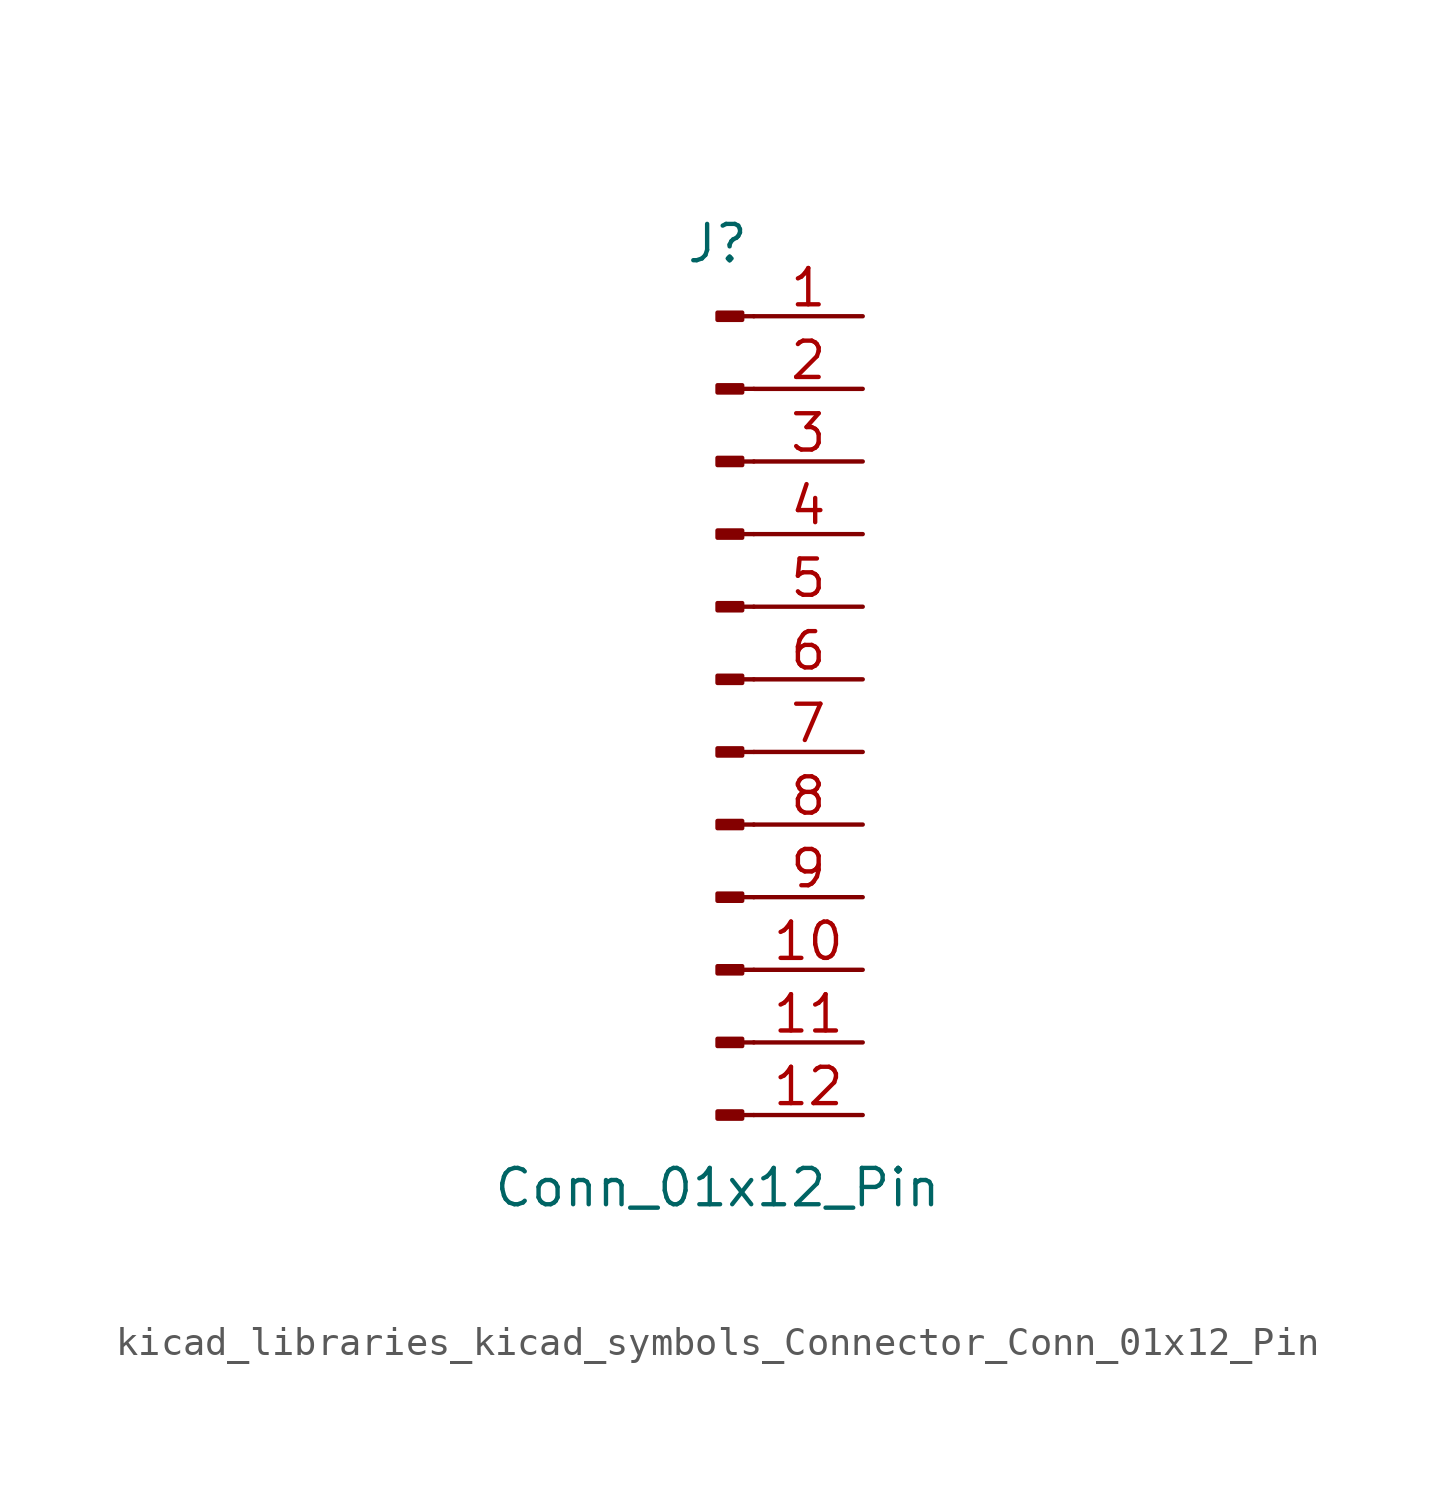
<source format=kicad_sym>
(kicad_symbol_lib
  (version 20220914)
  (generator kicad_symbol_editor)
  (symbol "kicad_libraries_kicad_symbols_Connector_Conn_01x12_Pin"
    (pin_names
      (offset 1.016) hide)
    (property "Reference" "J"
      (at 0 15.24 0)
      (effects (font (size 1.27 1.27))))
    (property "Value" "Conn_01x12_Pin"
      (at 0 -17.78 0)
      (effects (font (size 1.27 1.27))))
    (property "ki_locked" ""
      (at 0 0 0)
      (effects (font (size 1.27 1.27))))
    (symbol "kicad_libraries_kicad_symbols_Connector_Conn_01x12_Pin_1_1"
      (polyline (pts (xy 1.27 -15.24) (xy 0.864 -15.24)) (stroke (width 0.152) (type default)) (fill (type none)))
      (polyline (pts (xy 1.27 -12.7) (xy 0.864 -12.7)) (stroke (width 0.152) (type default)) (fill (type none)))
      (polyline (pts (xy 1.27 -10.16) (xy 0.864 -10.16)) (stroke (width 0.152) (type default)) (fill (type none)))
      (polyline (pts (xy 1.27 -7.62) (xy 0.864 -7.62)) (stroke (width 0.152) (type default)) (fill (type none)))
      (polyline (pts (xy 1.27 -5.08) (xy 0.864 -5.08)) (stroke (width 0.152) (type default)) (fill (type none)))
      (polyline (pts (xy 1.27 -2.54) (xy 0.864 -2.54)) (stroke (width 0.152) (type default)) (fill (type none)))
      (polyline (pts (xy 1.27 0) (xy 0.864 0)) (stroke (width 0.152) (type default)) (fill (type none)))
      (polyline (pts (xy 1.27 2.54) (xy 0.864 2.54)) (stroke (width 0.152) (type default)) (fill (type none)))
      (polyline (pts (xy 1.27 5.08) (xy 0.864 5.08)) (stroke (width 0.152) (type default)) (fill (type none)))
      (polyline (pts (xy 1.27 7.62) (xy 0.864 7.62)) (stroke (width 0.152) (type default)) (fill (type none)))
      (polyline (pts (xy 1.27 10.16) (xy 0.864 10.16)) (stroke (width 0.152) (type default)) (fill (type none)))
      (polyline (pts (xy 1.27 12.7) (xy 0.864 12.7)) (stroke (width 0.152) (type default)) (fill (type none)))
      (rectangle (start 0.864 -15.113) (end 0 -15.367) (stroke (width 0.152) (type default)) (fill (type outline)))
      (rectangle (start 0.864 -12.573) (end 0 -12.827) (stroke (width 0.152) (type default)) (fill (type outline)))
      (rectangle (start 0.864 -10.033) (end 0 -10.287) (stroke (width 0.152) (type default)) (fill (type outline)))
      (rectangle (start 0.864 -7.493) (end 0 -7.747) (stroke (width 0.152) (type default)) (fill (type outline)))
      (rectangle (start 0.864 -4.953) (end 0 -5.207) (stroke (width 0.152) (type default)) (fill (type outline)))
      (rectangle (start 0.864 -2.413) (end 0 -2.667) (stroke (width 0.152) (type default)) (fill (type outline)))
      (rectangle (start 0.864 0.127) (end 0 -0.127) (stroke (width 0.152) (type default)) (fill (type outline)))
      (rectangle (start 0.864 2.667) (end 0 2.413) (stroke (width 0.152) (type default)) (fill (type outline)))
      (rectangle (start 0.864 5.207) (end 0 4.953) (stroke (width 0.152) (type default)) (fill (type outline)))
      (rectangle (start 0.864 7.747) (end 0 7.493) (stroke (width 0.152) (type default)) (fill (type outline)))
      (rectangle (start 0.864 10.287) (end 0 10.033) (stroke (width 0.152) (type default)) (fill (type outline)))
      (rectangle (start 0.864 12.827) (end 0 12.573) (stroke (width 0.152) (type default)) (fill (type outline)))
      (pin passive line (at 5.08 12.7 180) (length 3.81) (name "Pin_1" (effects (font (size 1.27 1.27)))) (number "1" (effects (font (size 1.27 1.27)))))
      (pin passive line (at 5.08 -10.16 180) (length 3.81) (name "Pin_10" (effects (font (size 1.27 1.27)))) (number "10" (effects (font (size 1.27 1.27)))))
      (pin passive line (at 5.08 -12.7 180) (length 3.81) (name "Pin_11" (effects (font (size 1.27 1.27)))) (number "11" (effects (font (size 1.27 1.27)))))
      (pin passive line (at 5.08 -15.24 180) (length 3.81) (name "Pin_12" (effects (font (size 1.27 1.27)))) (number "12" (effects (font (size 1.27 1.27)))))
      (pin passive line (at 5.08 10.16 180) (length 3.81) (name "Pin_2" (effects (font (size 1.27 1.27)))) (number "2" (effects (font (size 1.27 1.27)))))
      (pin passive line (at 5.08 7.62 180) (length 3.81) (name "Pin_3" (effects (font (size 1.27 1.27)))) (number "3" (effects (font (size 1.27 1.27)))))
      (pin passive line (at 5.08 5.08 180) (length 3.81) (name "Pin_4" (effects (font (size 1.27 1.27)))) (number "4" (effects (font (size 1.27 1.27)))))
      (pin passive line (at 5.08 2.54 180) (length 3.81) (name "Pin_5" (effects (font (size 1.27 1.27)))) (number "5" (effects (font (size 1.27 1.27)))))
      (pin passive line (at 5.08 0 180) (length 3.81) (name "Pin_6" (effects (font (size 1.27 1.27)))) (number "6" (effects (font (size 1.27 1.27)))))
      (pin passive line (at 5.08 -2.54 180) (length 3.81) (name "Pin_7" (effects (font (size 1.27 1.27)))) (number "7" (effects (font (size 1.27 1.27)))))
      (pin passive line (at 5.08 -5.08 180) (length 3.81) (name "Pin_8" (effects (font (size 1.27 1.27)))) (number "8" (effects (font (size 1.27 1.27)))))
      (pin passive line (at 5.08 -7.62 180) (length 3.81) (name "Pin_9" (effects (font (size 1.27 1.27)))) (number "9" (effects (font (size 1.27 1.27))))))))
</source>
